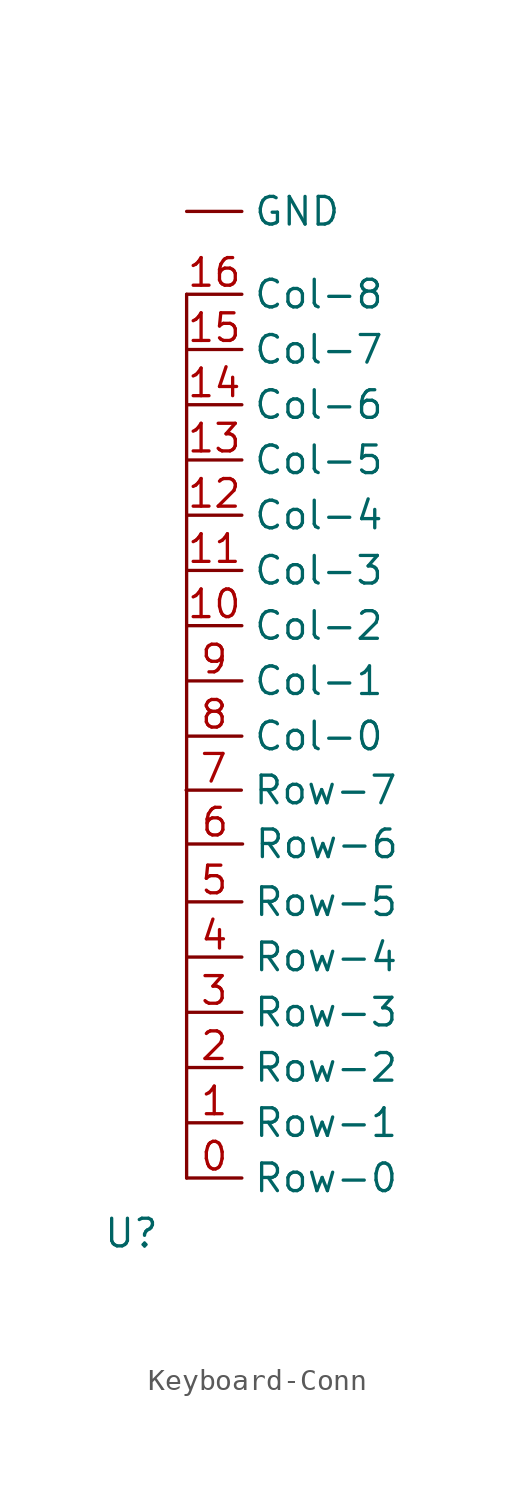
<source format=kicad_sym>
(kicad_symbol_lib
  (version 20231120)
  (generator "kicad_symbol_editor")
  (generator_version "8.0")
  (symbol "Keyboard-Conn"
    (property "Reference" "U"
      (at 0 0 0)
      (effects (font (size 1.27 1.27))))
    (property "Value" ""
      (at 0 0 0)
      (effects (font (size 1.27 1.27))))
    (symbol "Keyboard-Conn_0_1"
      (polyline (pts (xy 2.54 2.54) (xy 2.54 43.18)) (stroke (width 0) (type default)) (fill (type none))))
    (symbol "Keyboard-Conn_1_1"
      (pin passive line (at 2.54 46.99 0) (length 2.54) (name "GND" (effects (font (size 1.27 1.27)))) (number "" (effects (font (size 1.27 1.27)))))
      (pin output line (at 2.54 2.54 0) (length 2.54) (name "Row-0" (effects (font (size 1.27 1.27)))) (number "0" (effects (font (size 1.27 1.27)))))
      (pin output line (at 2.54 5.08 0) (length 2.54) (name "Row-1" (effects (font (size 1.27 1.27)))) (number "1" (effects (font (size 1.27 1.27)))))
      (pin input line (at 2.54 27.94 0) (length 2.54) (name "Col-2" (effects (font (size 1.27 1.27)))) (number "10" (effects (font (size 1.27 1.27)))))
      (pin input line (at 2.54 30.48 0) (length 2.54) (name "Col-3" (effects (font (size 1.27 1.27)))) (number "11" (effects (font (size 1.27 1.27)))))
      (pin input line (at 2.54 33.02 0) (length 2.54) (name "Col-4" (effects (font (size 1.27 1.27)))) (number "12" (effects (font (size 1.27 1.27)))))
      (pin input line (at 2.54 35.56 0) (length 2.54) (name "Col-5" (effects (font (size 1.27 1.27)))) (number "13" (effects (font (size 1.27 1.27)))))
      (pin input line (at 2.54 38.1 0) (length 2.54) (name "Col-6" (effects (font (size 1.27 1.27)))) (number "14" (effects (font (size 1.27 1.27)))))
      (pin input line (at 2.54 40.64 0) (length 2.54) (name "Col-7" (effects (font (size 1.27 1.27)))) (number "15" (effects (font (size 1.27 1.27)))))
      (pin input line (at 2.54 43.18 0) (length 2.54) (name "Col-8" (effects (font (size 1.27 1.27)))) (number "16" (effects (font (size 1.27 1.27)))))
      (pin output line (at 2.54 7.62 0) (length 2.54) (name "Row-2" (effects (font (size 1.27 1.27)))) (number "2" (effects (font (size 1.27 1.27)))))
      (pin output line (at 2.54 10.16 0) (length 2.54) (name "Row-3" (effects (font (size 1.27 1.27)))) (number "3" (effects (font (size 1.27 1.27)))))
      (pin output line (at 2.54 12.7 0) (length 2.54) (name "Row-4" (effects (font (size 1.27 1.27)))) (number "4" (effects (font (size 1.27 1.27)))))
      (pin output line (at 2.54 15.24 0) (length 2.54) (name "Row-5" (effects (font (size 1.27 1.27)))) (number "5" (effects (font (size 1.27 1.27)))))
      (pin output line (at 2.574 17.9 0) (length 2.54) (name "Row-6" (effects (font (size 1.27 1.27)))) (number "6" (effects (font (size 1.27 1.27)))))
      (pin output line (at 2.517 20.377 0) (length 2.54) (name "Row-7" (effects (font (size 1.27 1.27)))) (number "7" (effects (font (size 1.27 1.27)))))
      (pin input line (at 2.54 22.86 0) (length 2.54) (name "Col-0" (effects (font (size 1.27 1.27)))) (number "8" (effects (font (size 1.27 1.27)))))
      (pin input line (at 2.54 25.4 0) (length 2.54) (name "Col-1" (effects (font (size 1.27 1.27)))) (number "9" (effects (font (size 1.27 1.27))))))))
</source>
